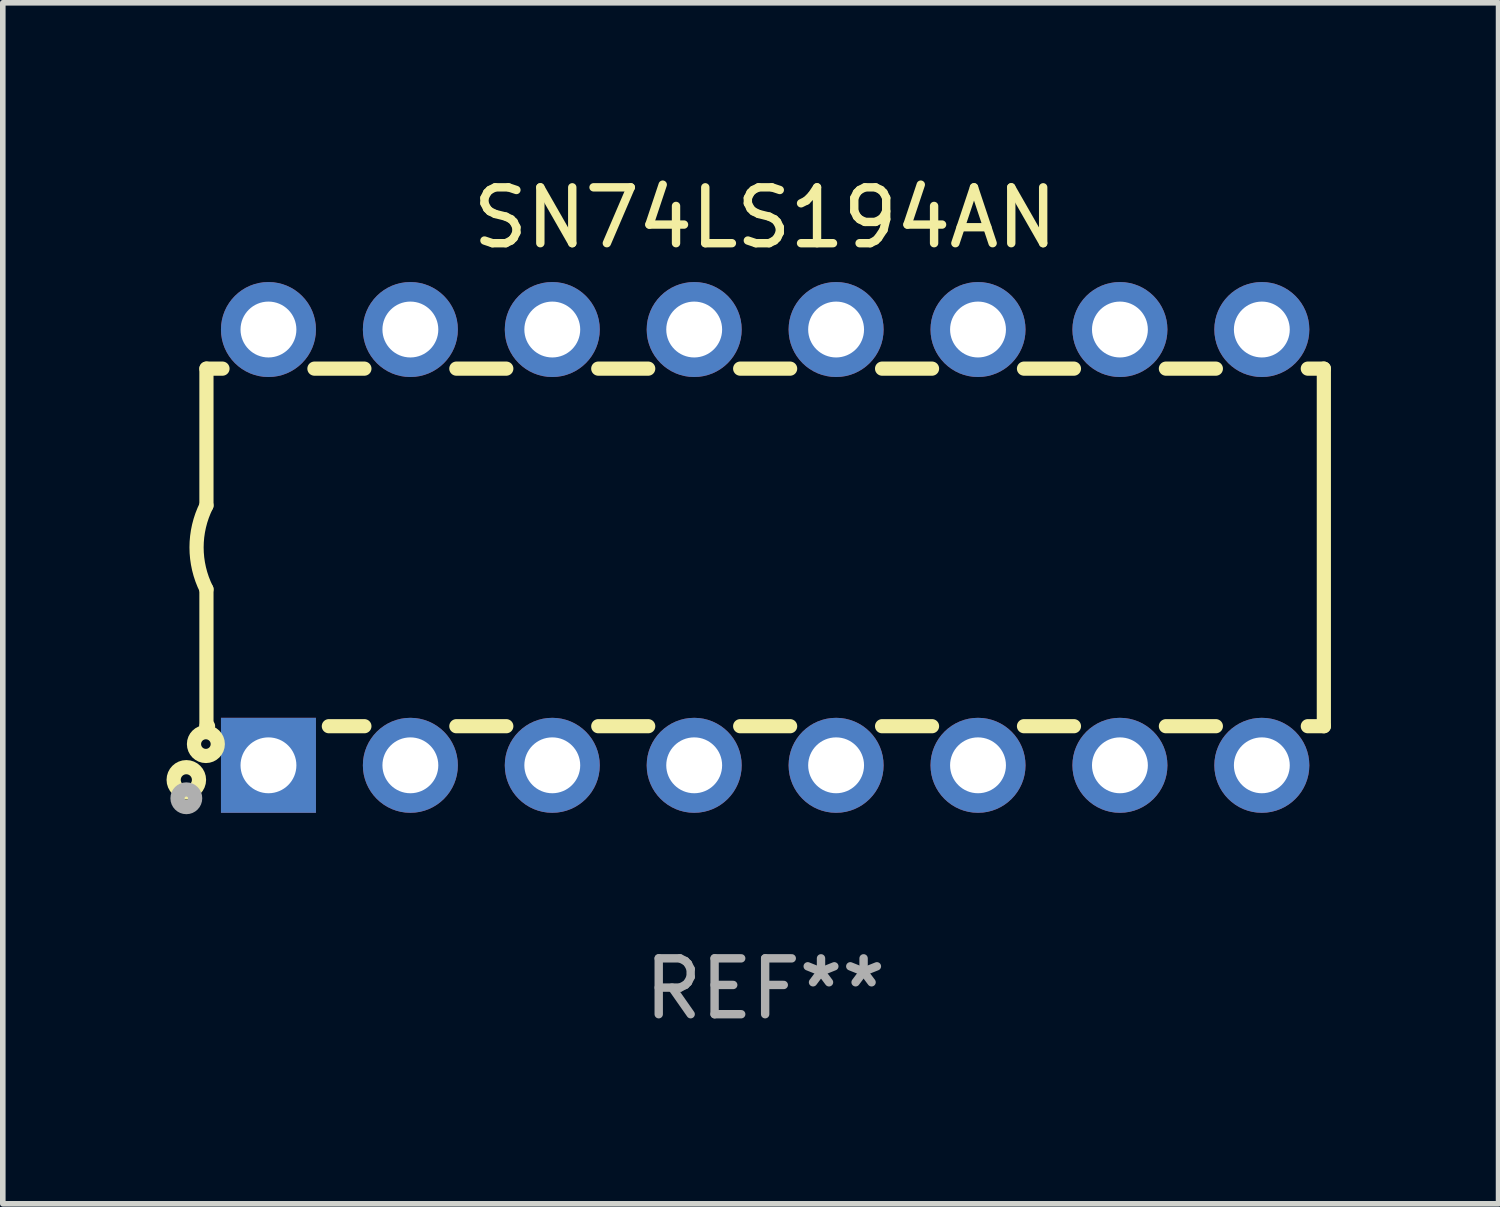
<source format=kicad_pcb>
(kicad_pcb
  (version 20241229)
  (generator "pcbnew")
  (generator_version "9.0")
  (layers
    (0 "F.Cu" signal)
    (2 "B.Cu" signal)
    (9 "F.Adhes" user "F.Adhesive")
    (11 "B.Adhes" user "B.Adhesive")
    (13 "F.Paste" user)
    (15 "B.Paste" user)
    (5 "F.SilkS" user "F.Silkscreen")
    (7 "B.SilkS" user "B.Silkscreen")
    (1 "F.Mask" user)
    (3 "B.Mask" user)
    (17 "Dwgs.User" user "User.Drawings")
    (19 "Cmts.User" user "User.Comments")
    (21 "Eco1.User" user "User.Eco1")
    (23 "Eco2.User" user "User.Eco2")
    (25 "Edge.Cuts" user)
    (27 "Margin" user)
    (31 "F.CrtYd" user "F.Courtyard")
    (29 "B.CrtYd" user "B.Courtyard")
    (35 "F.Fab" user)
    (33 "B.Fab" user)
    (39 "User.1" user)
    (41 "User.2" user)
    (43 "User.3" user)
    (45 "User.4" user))
  (footprint "SN74LS194AN"
    (layer "F.Cu")
    (at 10.645 6.748)
    (property "Reference" "SN74LS194AN" (at 0 -5.9 0) (layer "F.SilkS") (effects (font (size 1 1) (thickness 0.15))))
    (attr through_hole)
    (fp_line (start -10 -3.2) (end -10 -0.75) (stroke (width 0.254) (type solid)) (layer "F.SilkS"))
    (fp_line (start -10 -3.2) (end -9.713 -3.2) (stroke (width 0.254) (type solid)) (layer "F.SilkS"))
    (fp_line (start -10 3.2) (end -10 0.75) (stroke (width 0.254) (type solid)) (layer "F.SilkS"))
    (fp_line (start -10 3.2) (end -9.971 3.2) (stroke (width 0.254) (type solid)) (layer "F.SilkS"))
    (fp_line (start -8.067 -3.2) (end -7.173 -3.2) (stroke (width 0.254) (type solid)) (layer "F.SilkS"))
    (fp_line (start -7.809 3.2) (end -7.173 3.2) (stroke (width 0.254) (type solid)) (layer "F.SilkS"))
    (fp_line (start -5.527 3.2) (end -4.633 3.2) (stroke (width 0.254) (type solid)) (layer "F.SilkS"))
    (fp_line (start -5.527 -3.2) (end -4.633 -3.2) (stroke (width 0.254) (type solid)) (layer "F.SilkS"))
    (fp_line (start -2.987 3.2) (end -2.093 3.2) (stroke (width 0.254) (type solid)) (layer "F.SilkS"))
    (fp_line (start -2.987 -3.2) (end -2.093 -3.2) (stroke (width 0.254) (type solid)) (layer "F.SilkS"))
    (fp_line (start -0.447 3.2) (end 0.447 3.2) (stroke (width 0.254) (type solid)) (layer "F.SilkS"))
    (fp_line (start -0.447 -3.2) (end 0.447 -3.2) (stroke (width 0.254) (type solid)) (layer "F.SilkS"))
    (fp_line (start 2.093 3.2) (end 2.987 3.2) (stroke (width 0.254) (type solid)) (layer "F.SilkS"))
    (fp_line (start 2.093 -3.2) (end 2.987 -3.2) (stroke (width 0.254) (type solid)) (layer "F.SilkS"))
    (fp_line (start 4.633 3.2) (end 5.527 3.2) (stroke (width 0.254) (type solid)) (layer "F.SilkS"))
    (fp_line (start 4.633 -3.2) (end 5.527 -3.2) (stroke (width 0.254) (type solid)) (layer "F.SilkS"))
    (fp_line (start 7.173 3.2) (end 8.067 3.2) (stroke (width 0.254) (type solid)) (layer "F.SilkS"))
    (fp_line (start 7.173 -3.2) (end 8.067 -3.2) (stroke (width 0.254) (type solid)) (layer "F.SilkS"))
    (fp_line (start 9.713 3.2) (end 10 3.2) (stroke (width 0.254) (type solid)) (layer "F.SilkS"))
    (fp_line (start 9.713 -3.2) (end 10 -3.2) (stroke (width 0.254) (type solid)) (layer "F.SilkS"))
    (fp_line (start 10 -3.2) (end 10 3.2) (stroke (width 0.254) (type solid)) (layer "F.SilkS"))
    (fp_arc (start -10 0.748793) (mid -10.176918 -0.000607) (end -10.000025 -0.750013) (stroke (width 0.254001) (type solid)) (layer "F.SilkS"))
    (fp_circle (center -10.36 4.16) (end -10.26 4.16) (stroke (width 0.254) (type solid)) (fill no) (layer "F.SilkS"))
    (fp_circle (center -10.01 3.52) (end -9.924 3.52) (stroke (width 0.254) (type solid)) (fill no) (layer "F.SilkS"))
    (fp_circle (center -10.36 4.49) (end -10.202 4.49) (stroke (width 0.254) (type solid)) (fill no) (layer "F.Fab"))
    (fp_text user "REF**" (at 0 7.9 0) (layer "F.Fab") (effects (font (size 1 1) (thickness 0.15))))
    (pad "1" thru_hole rect (at -8.89 3.9 90) (size 1.7 1.7) (drill 1) (layers "*.Cu" "*.Mask"))
    (pad "2" thru_hole circle (at -6.35 3.9) (size 1.7 1.7) (drill 1) (layers "*.Cu" "*.Mask"))
    (pad "3" thru_hole circle (at -3.81 3.9) (size 1.7 1.7) (drill 1) (layers "*.Cu" "*.Mask"))
    (pad "4" thru_hole circle (at -1.27 3.9) (size 1.7 1.7) (drill 1) (layers "*.Cu" "*.Mask"))
    (pad "5" thru_hole circle (at 1.27 3.9) (size 1.7 1.7) (drill 1) (layers "*.Cu" "*.Mask"))
    (pad "6" thru_hole circle (at 3.81 3.9) (size 1.7 1.7) (drill 1) (layers "*.Cu" "*.Mask"))
    (pad "7" thru_hole circle (at 6.35 3.9) (size 1.7 1.7) (drill 1) (layers "*.Cu" "*.Mask"))
    (pad "8" thru_hole circle (at 8.89 3.9) (size 1.7 1.7) (drill 1) (layers "*.Cu" "*.Mask"))
    (pad "9" thru_hole circle (at 8.89 -3.9) (size 1.7 1.7) (drill 1) (layers "*.Cu" "*.Mask"))
    (pad "10" thru_hole circle (at 6.35 -3.9) (size 1.7 1.7) (drill 1) (layers "*.Cu" "*.Mask"))
    (pad "11" thru_hole circle (at 3.81 -3.9) (size 1.7 1.7) (drill 1) (layers "*.Cu" "*.Mask"))
    (pad "12" thru_hole circle (at 1.27 -3.9) (size 1.7 1.7) (drill 1) (layers "*.Cu" "*.Mask"))
    (pad "13" thru_hole circle (at -1.27 -3.9) (size 1.7 1.7) (drill 1) (layers "*.Cu" "*.Mask"))
    (pad "14" thru_hole circle (at -3.81 -3.9) (size 1.7 1.7) (drill 1) (layers "*.Cu" "*.Mask"))
    (pad "15" thru_hole circle (at -6.35 -3.9) (size 1.7 1.7) (drill 1) (layers "*.Cu" "*.Mask"))
    (pad "16" thru_hole circle (at -8.89 -3.9) (size 1.7 1.7) (drill 1) (layers "*.Cu" "*.Mask")))
  (gr_rect
    (start -3 -3)
    (end 23.772 18.496)
    (stroke (width 0.1) (type default))
    (fill no)
    (layer "Edge.Cuts")))
</source>
